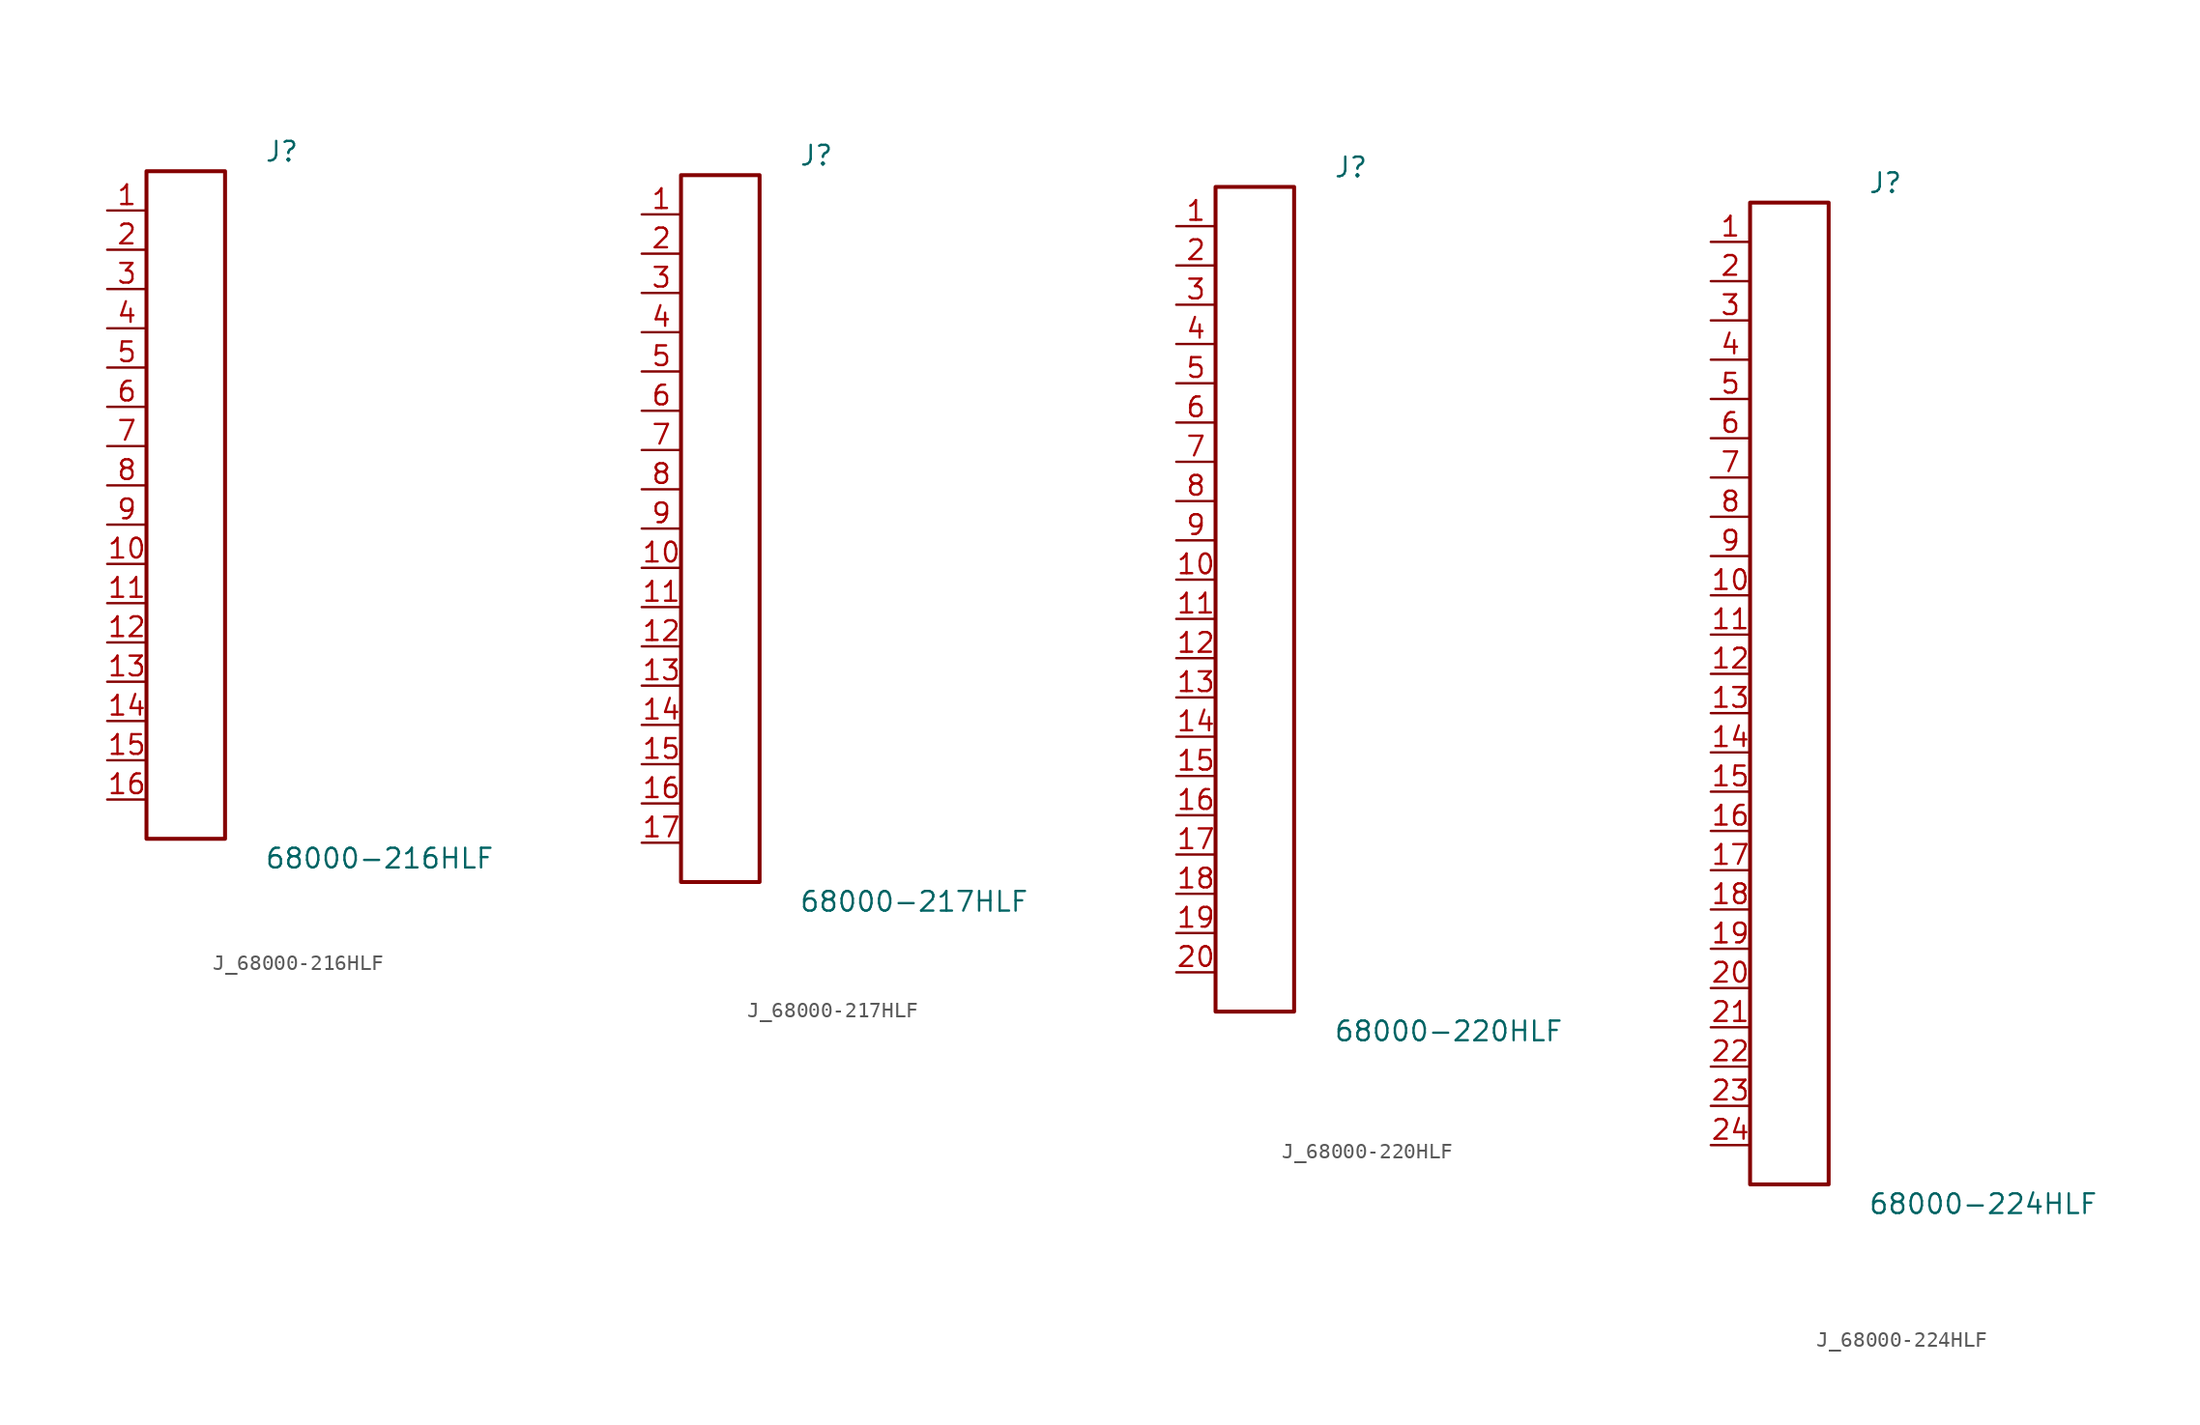
<source format=kicad_sym>
(kicad_symbol_lib
  (version 20231120)
  (generator kicad_symbol_editor)
  (generator_version 8.0)
  (symbol "J_68000-216HLF"
    (pin_names
      (offset 0.254))
    (property "Reference" "J"
      (at 5.08 22.86 0)
      (effects (font (size 1.27 1.27)) (justify left)))
    (property "Value" "68000-216HLF"
      (at 5.08 -22.86 0)
      (effects (font (size 1.27 1.27)) (justify left)))
    (symbol "J_68000-216HLF_0_0"
      (pin unspecified line (at -5.08 19.05 0) (length 2.54) (name "" (effects (font (size 1.27 1.27)))) (number "1" (effects (font (size 1.27 1.27)))))
      (pin unspecified line (at -5.08 16.51 0) (length 2.54) (name "" (effects (font (size 1.27 1.27)))) (number "2" (effects (font (size 1.27 1.27)))))
      (pin unspecified line (at -5.08 13.97 0) (length 2.54) (name "" (effects (font (size 1.27 1.27)))) (number "3" (effects (font (size 1.27 1.27)))))
      (pin unspecified line (at -5.08 11.43 0) (length 2.54) (name "" (effects (font (size 1.27 1.27)))) (number "4" (effects (font (size 1.27 1.27)))))
      (pin unspecified line (at -5.08 8.89 0) (length 2.54) (name "" (effects (font (size 1.27 1.27)))) (number "5" (effects (font (size 1.27 1.27)))))
      (pin unspecified line (at -5.08 6.35 0) (length 2.54) (name "" (effects (font (size 1.27 1.27)))) (number "6" (effects (font (size 1.27 1.27)))))
      (pin unspecified line (at -5.08 3.81 0) (length 2.54) (name "" (effects (font (size 1.27 1.27)))) (number "7" (effects (font (size 1.27 1.27)))))
      (pin unspecified line (at -5.08 1.27 0) (length 2.54) (name "" (effects (font (size 1.27 1.27)))) (number "8" (effects (font (size 1.27 1.27)))))
      (pin unspecified line (at -5.08 -1.27 0) (length 2.54) (name "" (effects (font (size 1.27 1.27)))) (number "9" (effects (font (size 1.27 1.27)))))
      (pin unspecified line (at -5.08 -3.81 0) (length 2.54) (name "" (effects (font (size 1.27 1.27)))) (number "10" (effects (font (size 1.27 1.27)))))
      (pin unspecified line (at -5.08 -6.35 0) (length 2.54) (name "" (effects (font (size 1.27 1.27)))) (number "11" (effects (font (size 1.27 1.27)))))
      (pin unspecified line (at -5.08 -8.89 0) (length 2.54) (name "" (effects (font (size 1.27 1.27)))) (number "12" (effects (font (size 1.27 1.27)))))
      (pin unspecified line (at -5.08 -11.43 0) (length 2.54) (name "" (effects (font (size 1.27 1.27)))) (number "13" (effects (font (size 1.27 1.27)))))
      (pin unspecified line (at -5.08 -13.97 0) (length 2.54) (name "" (effects (font (size 1.27 1.27)))) (number "14" (effects (font (size 1.27 1.27)))))
      (pin unspecified line (at -5.08 -16.51 0) (length 2.54) (name "" (effects (font (size 1.27 1.27)))) (number "15" (effects (font (size 1.27 1.27)))))
      (pin unspecified line (at -5.08 -19.05 0) (length 2.54) (name "" (effects (font (size 1.27 1.27)))) (number "16" (effects (font (size 1.27 1.27))))))
    (symbol "J_68000-216HLF_1_0"
      (rectangle (start -2.54 21.59) (end 2.54 -21.59) (stroke (width 0.254) (type solid)) (fill (type none)))))
  (symbol "J_68000-217HLF"
    (pin_names
      (offset 0.254))
    (property "Reference" "J"
      (at 5.08 24.13 0)
      (effects (font (size 1.27 1.27)) (justify left)))
    (property "Value" "68000-217HLF"
      (at 5.08 -24.13 0)
      (effects (font (size 1.27 1.27)) (justify left)))
    (symbol "J_68000-217HLF_0_0"
      (pin unspecified line (at -5.08 20.32 0) (length 2.54) (name "" (effects (font (size 1.27 1.27)))) (number "1" (effects (font (size 1.27 1.27)))))
      (pin unspecified line (at -5.08 17.78 0) (length 2.54) (name "" (effects (font (size 1.27 1.27)))) (number "2" (effects (font (size 1.27 1.27)))))
      (pin unspecified line (at -5.08 15.24 0) (length 2.54) (name "" (effects (font (size 1.27 1.27)))) (number "3" (effects (font (size 1.27 1.27)))))
      (pin unspecified line (at -5.08 12.7 0) (length 2.54) (name "" (effects (font (size 1.27 1.27)))) (number "4" (effects (font (size 1.27 1.27)))))
      (pin unspecified line (at -5.08 10.16 0) (length 2.54) (name "" (effects (font (size 1.27 1.27)))) (number "5" (effects (font (size 1.27 1.27)))))
      (pin unspecified line (at -5.08 7.62 0) (length 2.54) (name "" (effects (font (size 1.27 1.27)))) (number "6" (effects (font (size 1.27 1.27)))))
      (pin unspecified line (at -5.08 5.08 0) (length 2.54) (name "" (effects (font (size 1.27 1.27)))) (number "7" (effects (font (size 1.27 1.27)))))
      (pin unspecified line (at -5.08 2.54 0) (length 2.54) (name "" (effects (font (size 1.27 1.27)))) (number "8" (effects (font (size 1.27 1.27)))))
      (pin unspecified line (at -5.08 0.0 0) (length 2.54) (name "" (effects (font (size 1.27 1.27)))) (number "9" (effects (font (size 1.27 1.27)))))
      (pin unspecified line (at -5.08 -2.54 0) (length 2.54) (name "" (effects (font (size 1.27 1.27)))) (number "10" (effects (font (size 1.27 1.27)))))
      (pin unspecified line (at -5.08 -5.08 0) (length 2.54) (name "" (effects (font (size 1.27 1.27)))) (number "11" (effects (font (size 1.27 1.27)))))
      (pin unspecified line (at -5.08 -7.62 0) (length 2.54) (name "" (effects (font (size 1.27 1.27)))) (number "12" (effects (font (size 1.27 1.27)))))
      (pin unspecified line (at -5.08 -10.16 0) (length 2.54) (name "" (effects (font (size 1.27 1.27)))) (number "13" (effects (font (size 1.27 1.27)))))
      (pin unspecified line (at -5.08 -12.7 0) (length 2.54) (name "" (effects (font (size 1.27 1.27)))) (number "14" (effects (font (size 1.27 1.27)))))
      (pin unspecified line (at -5.08 -15.24 0) (length 2.54) (name "" (effects (font (size 1.27 1.27)))) (number "15" (effects (font (size 1.27 1.27)))))
      (pin unspecified line (at -5.08 -17.78 0) (length 2.54) (name "" (effects (font (size 1.27 1.27)))) (number "16" (effects (font (size 1.27 1.27)))))
      (pin unspecified line (at -5.08 -20.32 0) (length 2.54) (name "" (effects (font (size 1.27 1.27)))) (number "17" (effects (font (size 1.27 1.27))))))
    (symbol "J_68000-217HLF_1_0"
      (rectangle (start -2.54 22.86) (end 2.54 -22.86) (stroke (width 0.254) (type solid)) (fill (type none)))))
  (symbol "J_68000-220HLF"
    (pin_names
      (offset 0.254))
    (property "Reference" "J"
      (at 5.08 27.94 0)
      (effects (font (size 1.27 1.27)) (justify left)))
    (property "Value" "68000-220HLF"
      (at 5.08 -27.94 0)
      (effects (font (size 1.27 1.27)) (justify left)))
    (symbol "J_68000-220HLF_0_0"
      (pin unspecified line (at -5.08 24.13 0) (length 2.54) (name "" (effects (font (size 1.27 1.27)))) (number "1" (effects (font (size 1.27 1.27)))))
      (pin unspecified line (at -5.08 21.59 0) (length 2.54) (name "" (effects (font (size 1.27 1.27)))) (number "2" (effects (font (size 1.27 1.27)))))
      (pin unspecified line (at -5.08 19.05 0) (length 2.54) (name "" (effects (font (size 1.27 1.27)))) (number "3" (effects (font (size 1.27 1.27)))))
      (pin unspecified line (at -5.08 16.51 0) (length 2.54) (name "" (effects (font (size 1.27 1.27)))) (number "4" (effects (font (size 1.27 1.27)))))
      (pin unspecified line (at -5.08 13.97 0) (length 2.54) (name "" (effects (font (size 1.27 1.27)))) (number "5" (effects (font (size 1.27 1.27)))))
      (pin unspecified line (at -5.08 11.43 0) (length 2.54) (name "" (effects (font (size 1.27 1.27)))) (number "6" (effects (font (size 1.27 1.27)))))
      (pin unspecified line (at -5.08 8.89 0) (length 2.54) (name "" (effects (font (size 1.27 1.27)))) (number "7" (effects (font (size 1.27 1.27)))))
      (pin unspecified line (at -5.08 6.35 0) (length 2.54) (name "" (effects (font (size 1.27 1.27)))) (number "8" (effects (font (size 1.27 1.27)))))
      (pin unspecified line (at -5.08 3.81 0) (length 2.54) (name "" (effects (font (size 1.27 1.27)))) (number "9" (effects (font (size 1.27 1.27)))))
      (pin unspecified line (at -5.08 1.27 0) (length 2.54) (name "" (effects (font (size 1.27 1.27)))) (number "10" (effects (font (size 1.27 1.27)))))
      (pin unspecified line (at -5.08 -1.27 0) (length 2.54) (name "" (effects (font (size 1.27 1.27)))) (number "11" (effects (font (size 1.27 1.27)))))
      (pin unspecified line (at -5.08 -3.81 0) (length 2.54) (name "" (effects (font (size 1.27 1.27)))) (number "12" (effects (font (size 1.27 1.27)))))
      (pin unspecified line (at -5.08 -6.35 0) (length 2.54) (name "" (effects (font (size 1.27 1.27)))) (number "13" (effects (font (size 1.27 1.27)))))
      (pin unspecified line (at -5.08 -8.89 0) (length 2.54) (name "" (effects (font (size 1.27 1.27)))) (number "14" (effects (font (size 1.27 1.27)))))
      (pin unspecified line (at -5.08 -11.43 0) (length 2.54) (name "" (effects (font (size 1.27 1.27)))) (number "15" (effects (font (size 1.27 1.27)))))
      (pin unspecified line (at -5.08 -13.97 0) (length 2.54) (name "" (effects (font (size 1.27 1.27)))) (number "16" (effects (font (size 1.27 1.27)))))
      (pin unspecified line (at -5.08 -16.51 0) (length 2.54) (name "" (effects (font (size 1.27 1.27)))) (number "17" (effects (font (size 1.27 1.27)))))
      (pin unspecified line (at -5.08 -19.05 0) (length 2.54) (name "" (effects (font (size 1.27 1.27)))) (number "18" (effects (font (size 1.27 1.27)))))
      (pin unspecified line (at -5.08 -21.59 0) (length 2.54) (name "" (effects (font (size 1.27 1.27)))) (number "19" (effects (font (size 1.27 1.27)))))
      (pin unspecified line (at -5.08 -24.13 0) (length 2.54) (name "" (effects (font (size 1.27 1.27)))) (number "20" (effects (font (size 1.27 1.27))))))
    (symbol "J_68000-220HLF_1_0"
      (rectangle (start -2.54 26.67) (end 2.54 -26.67) (stroke (width 0.254) (type solid)) (fill (type none)))))
  (symbol "J_68000-224HLF"
    (pin_names
      (offset 0.254))
    (property "Reference" "J"
      (at 5.08 33.02 0)
      (effects (font (size 1.27 1.27)) (justify left)))
    (property "Value" "68000-224HLF"
      (at 5.08 -33.02 0)
      (effects (font (size 1.27 1.27)) (justify left)))
    (symbol "J_68000-224HLF_0_0"
      (pin unspecified line (at -5.08 29.21 0) (length 2.54) (name "" (effects (font (size 1.27 1.27)))) (number "1" (effects (font (size 1.27 1.27)))))
      (pin unspecified line (at -5.08 26.67 0) (length 2.54) (name "" (effects (font (size 1.27 1.27)))) (number "2" (effects (font (size 1.27 1.27)))))
      (pin unspecified line (at -5.08 24.13 0) (length 2.54) (name "" (effects (font (size 1.27 1.27)))) (number "3" (effects (font (size 1.27 1.27)))))
      (pin unspecified line (at -5.08 21.59 0) (length 2.54) (name "" (effects (font (size 1.27 1.27)))) (number "4" (effects (font (size 1.27 1.27)))))
      (pin unspecified line (at -5.08 19.05 0) (length 2.54) (name "" (effects (font (size 1.27 1.27)))) (number "5" (effects (font (size 1.27 1.27)))))
      (pin unspecified line (at -5.08 16.51 0) (length 2.54) (name "" (effects (font (size 1.27 1.27)))) (number "6" (effects (font (size 1.27 1.27)))))
      (pin unspecified line (at -5.08 13.97 0) (length 2.54) (name "" (effects (font (size 1.27 1.27)))) (number "7" (effects (font (size 1.27 1.27)))))
      (pin unspecified line (at -5.08 11.43 0) (length 2.54) (name "" (effects (font (size 1.27 1.27)))) (number "8" (effects (font (size 1.27 1.27)))))
      (pin unspecified line (at -5.08 8.89 0) (length 2.54) (name "" (effects (font (size 1.27 1.27)))) (number "9" (effects (font (size 1.27 1.27)))))
      (pin unspecified line (at -5.08 6.35 0) (length 2.54) (name "" (effects (font (size 1.27 1.27)))) (number "10" (effects (font (size 1.27 1.27)))))
      (pin unspecified line (at -5.08 3.81 0) (length 2.54) (name "" (effects (font (size 1.27 1.27)))) (number "11" (effects (font (size 1.27 1.27)))))
      (pin unspecified line (at -5.08 1.27 0) (length 2.54) (name "" (effects (font (size 1.27 1.27)))) (number "12" (effects (font (size 1.27 1.27)))))
      (pin unspecified line (at -5.08 -1.27 0) (length 2.54) (name "" (effects (font (size 1.27 1.27)))) (number "13" (effects (font (size 1.27 1.27)))))
      (pin unspecified line (at -5.08 -3.81 0) (length 2.54) (name "" (effects (font (size 1.27 1.27)))) (number "14" (effects (font (size 1.27 1.27)))))
      (pin unspecified line (at -5.08 -6.35 0) (length 2.54) (name "" (effects (font (size 1.27 1.27)))) (number "15" (effects (font (size 1.27 1.27)))))
      (pin unspecified line (at -5.08 -8.89 0) (length 2.54) (name "" (effects (font (size 1.27 1.27)))) (number "16" (effects (font (size 1.27 1.27)))))
      (pin unspecified line (at -5.08 -11.43 0) (length 2.54) (name "" (effects (font (size 1.27 1.27)))) (number "17" (effects (font (size 1.27 1.27)))))
      (pin unspecified line (at -5.08 -13.97 0) (length 2.54) (name "" (effects (font (size 1.27 1.27)))) (number "18" (effects (font (size 1.27 1.27)))))
      (pin unspecified line (at -5.08 -16.51 0) (length 2.54) (name "" (effects (font (size 1.27 1.27)))) (number "19" (effects (font (size 1.27 1.27)))))
      (pin unspecified line (at -5.08 -19.05 0) (length 2.54) (name "" (effects (font (size 1.27 1.27)))) (number "20" (effects (font (size 1.27 1.27)))))
      (pin unspecified line (at -5.08 -21.59 0) (length 2.54) (name "" (effects (font (size 1.27 1.27)))) (number "21" (effects (font (size 1.27 1.27)))))
      (pin unspecified line (at -5.08 -24.13 0) (length 2.54) (name "" (effects (font (size 1.27 1.27)))) (number "22" (effects (font (size 1.27 1.27)))))
      (pin unspecified line (at -5.08 -26.67 0) (length 2.54) (name "" (effects (font (size 1.27 1.27)))) (number "23" (effects (font (size 1.27 1.27)))))
      (pin unspecified line (at -5.08 -29.21 0) (length 2.54) (name "" (effects (font (size 1.27 1.27)))) (number "24" (effects (font (size 1.27 1.27))))))
    (symbol "J_68000-224HLF_1_0"
      (rectangle (start -2.54 31.75) (end 2.54 -31.75) (stroke (width 0.254) (type solid)) (fill (type none))))))
</source>
